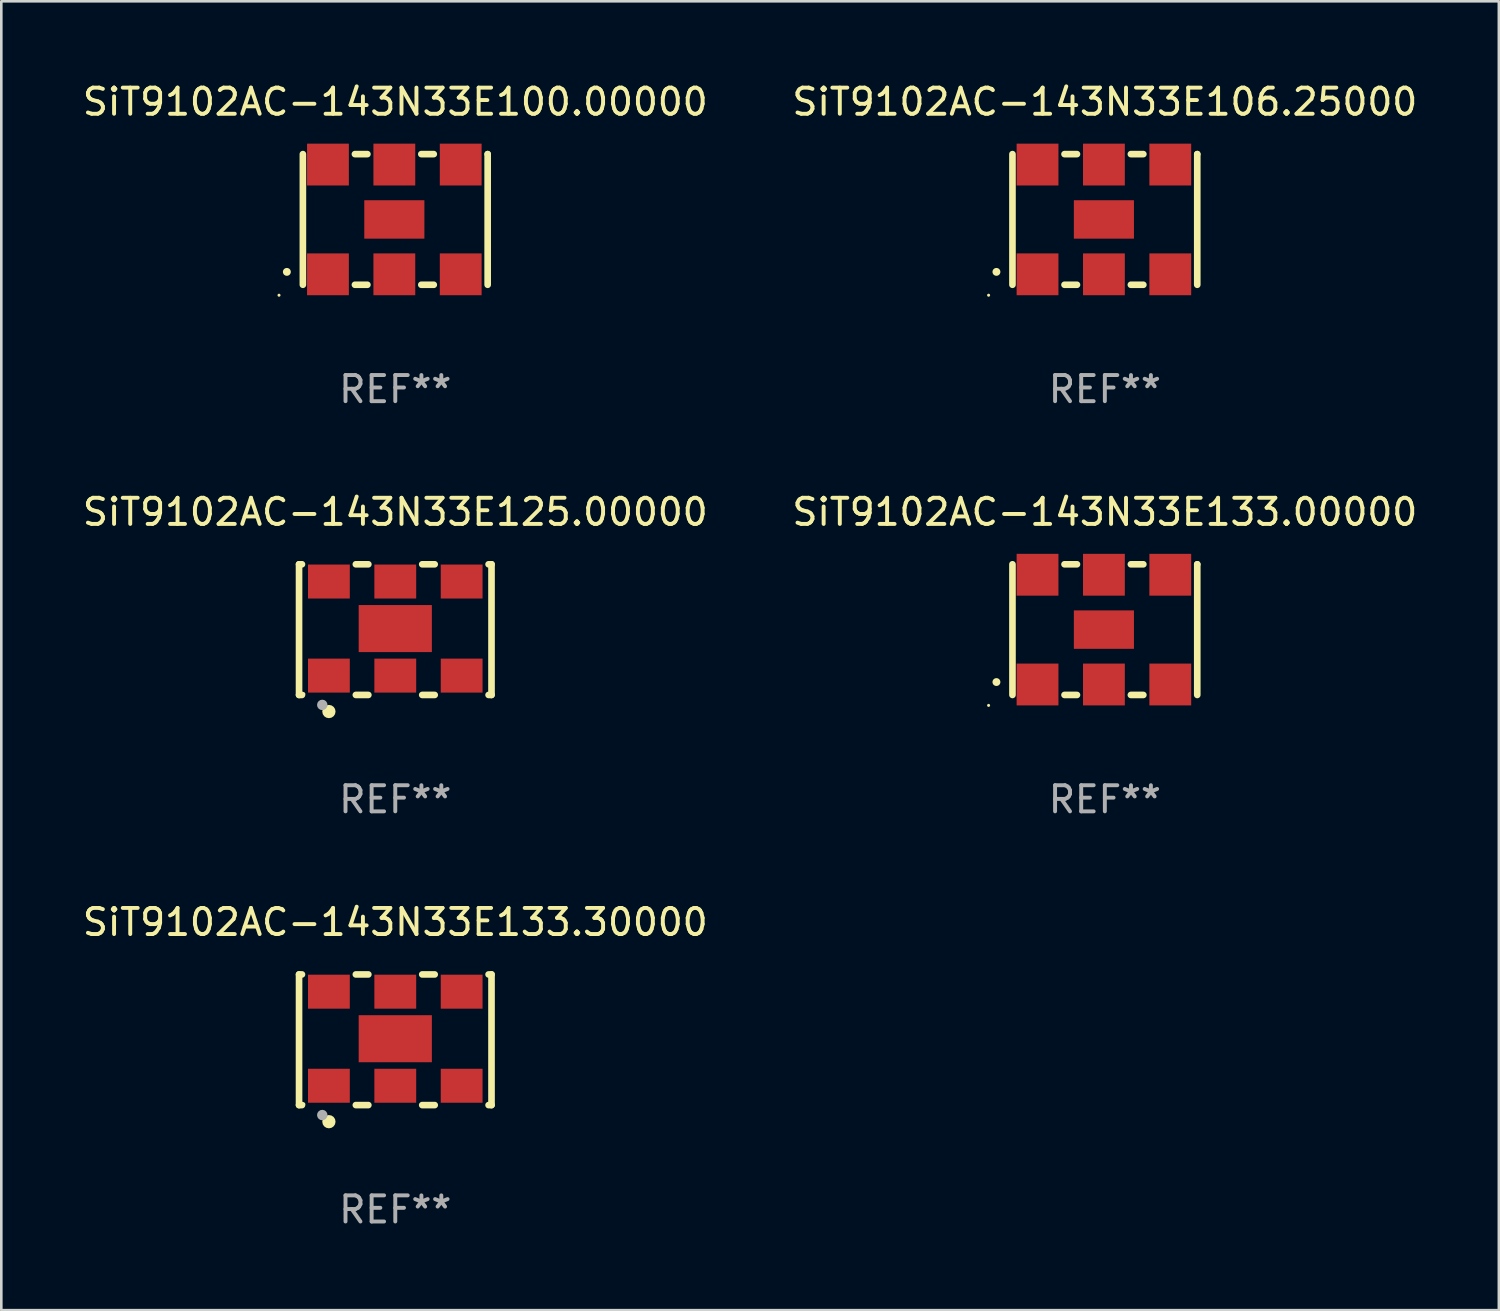
<source format=kicad_pcb>
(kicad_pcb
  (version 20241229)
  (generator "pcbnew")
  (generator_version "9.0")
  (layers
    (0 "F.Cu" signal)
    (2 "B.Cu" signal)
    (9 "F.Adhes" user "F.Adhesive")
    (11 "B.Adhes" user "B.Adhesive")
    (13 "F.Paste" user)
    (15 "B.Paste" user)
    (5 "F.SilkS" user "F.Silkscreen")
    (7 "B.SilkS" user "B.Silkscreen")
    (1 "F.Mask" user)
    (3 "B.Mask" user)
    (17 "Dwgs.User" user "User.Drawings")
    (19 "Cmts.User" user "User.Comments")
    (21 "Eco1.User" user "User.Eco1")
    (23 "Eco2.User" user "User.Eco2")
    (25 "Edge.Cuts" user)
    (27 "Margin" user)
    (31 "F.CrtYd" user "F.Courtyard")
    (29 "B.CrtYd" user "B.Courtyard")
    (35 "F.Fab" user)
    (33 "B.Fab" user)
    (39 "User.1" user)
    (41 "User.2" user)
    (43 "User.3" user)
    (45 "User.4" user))
  (footprint "SiT9102AC-143N33E133.00000"
    (layer "F.Cu")
    (at 39.232 21.045)
    (property "Reference" "SiT9102AC-143N33E133.00000" (at 0 -4.5 0) (layer "F.SilkS") (effects (font (size 1 1) (thickness 0.15))))
    (attr through_hole)
    (fp_line (start -3.536 -2.5) (end -3.536 2.5) (stroke (width 0.254) (type solid)) (layer "F.SilkS"))
    (fp_line (start -1.544 2.5) (end -1.067 2.5) (stroke (width 0.254) (type solid)) (layer "F.SilkS"))
    (fp_line (start -1.067 -2.5) (end -1.544 -2.5) (stroke (width 0.254) (type solid)) (layer "F.SilkS"))
    (fp_line (start 0.996 2.5) (end 1.473 2.5) (stroke (width 0.254) (type solid)) (layer "F.SilkS"))
    (fp_line (start 1.473 -2.5) (end 0.996 -2.5) (stroke (width 0.254) (type solid)) (layer "F.SilkS"))
    (fp_line (start 3.536 -2.5) (end 3.536 -2.5) (stroke (width 0.254) (type solid)) (layer "F.SilkS"))
    (fp_line (start 3.536 2.5) (end 3.536 -2.5) (stroke (width 0.254) (type solid)) (layer "F.SilkS"))
    (fp_arc (start -4.150432 2.006604) (mid -4.149162 2.006599) (end -4.147892 2.006604) (stroke (width 0.3) (type solid)) (layer "F.SilkS"))
    (fp_circle (center -4.449 2.9) (end -4.419 2.9) (stroke (width 0.06) (type solid)) (fill no) (layer "F.SilkS"))
    (fp_text user "REF**" (at 0 6.5 0) (layer "F.Fab") (effects (font (size 1 1) (thickness 0.15))))
    (pad "1" smd rect (at -2.576 2.1) (size 1.6 1.6) (layers "F.Cu" "F.Mask" "F.Paste"))
    (pad "2" smd rect (at -0.036 2.1) (size 1.6 1.6) (layers "F.Cu" "F.Mask" "F.Paste"))
    (pad "3" smd rect (at 2.504 2.1) (size 1.6 1.6) (layers "F.Cu" "F.Mask" "F.Paste"))
    (pad "4" smd rect (at 2.504 -2.1) (size 1.6 1.6) (layers "F.Cu" "F.Mask" "F.Paste"))
    (pad "5" smd rect (at -0.036 -2.1) (size 1.6 1.6) (layers "F.Cu" "F.Mask" "F.Paste"))
    (pad "6" smd rect (at -2.576 -2.1) (size 1.6 1.6) (layers "F.Cu" "F.Mask" "F.Paste"))
    (pad "7" smd rect (at -0.036 0) (size 2.3 1.47) (layers "F.Cu" "F.Mask" "F.Paste")))
  (footprint "SiT9102AC-143N33E106.25000"
    (layer "F.Cu")
    (at 39.232 5.348)
    (property "Reference" "SiT9102AC-143N33E106.25000" (at 0 -4.5 0) (layer "F.SilkS") (effects (font (size 1 1) (thickness 0.15))))
    (attr through_hole)
    (fp_line (start -3.536 -2.5) (end -3.536 2.5) (stroke (width 0.254) (type solid)) (layer "F.SilkS"))
    (fp_line (start -1.544 2.5) (end -1.067 2.5) (stroke (width 0.254) (type solid)) (layer "F.SilkS"))
    (fp_line (start -1.067 -2.5) (end -1.544 -2.5) (stroke (width 0.254) (type solid)) (layer "F.SilkS"))
    (fp_line (start 0.996 2.5) (end 1.473 2.5) (stroke (width 0.254) (type solid)) (layer "F.SilkS"))
    (fp_line (start 1.473 -2.5) (end 0.996 -2.5) (stroke (width 0.254) (type solid)) (layer "F.SilkS"))
    (fp_line (start 3.536 -2.5) (end 3.536 -2.5) (stroke (width 0.254) (type solid)) (layer "F.SilkS"))
    (fp_line (start 3.536 2.5) (end 3.536 -2.5) (stroke (width 0.254) (type solid)) (layer "F.SilkS"))
    (fp_arc (start -4.150432 2.006604) (mid -4.149162 2.006599) (end -4.147892 2.006604) (stroke (width 0.3) (type solid)) (layer "F.SilkS"))
    (fp_circle (center -4.449 2.9) (end -4.419 2.9) (stroke (width 0.06) (type solid)) (fill no) (layer "F.SilkS"))
    (fp_text user "REF**" (at 0 6.5 0) (layer "F.Fab") (effects (font (size 1 1) (thickness 0.15))))
    (pad "1" smd rect (at -2.576 2.1) (size 1.6 1.6) (layers "F.Cu" "F.Mask" "F.Paste"))
    (pad "2" smd rect (at -0.036 2.1) (size 1.6 1.6) (layers "F.Cu" "F.Mask" "F.Paste"))
    (pad "3" smd rect (at 2.504 2.1) (size 1.6 1.6) (layers "F.Cu" "F.Mask" "F.Paste"))
    (pad "4" smd rect (at 2.504 -2.1) (size 1.6 1.6) (layers "F.Cu" "F.Mask" "F.Paste"))
    (pad "5" smd rect (at -0.036 -2.1) (size 1.6 1.6) (layers "F.Cu" "F.Mask" "F.Paste"))
    (pad "6" smd rect (at -2.576 -2.1) (size 1.6 1.6) (layers "F.Cu" "F.Mask" "F.Paste"))
    (pad "7" smd rect (at -0.036 0) (size 2.3 1.47) (layers "F.Cu" "F.Mask" "F.Paste")))
  (footprint "SiT9102AC-143N33E100.00000"
    (layer "F.Cu")
    (at 12.077 5.348)
    (property "Reference" "SiT9102AC-143N33E100.00000" (at 0 -4.5 0) (layer "F.SilkS") (effects (font (size 1 1) (thickness 0.15))))
    (attr through_hole)
    (fp_line (start -3.536 -2.5) (end -3.536 2.5) (stroke (width 0.254) (type solid)) (layer "F.SilkS"))
    (fp_line (start -1.544 2.5) (end -1.067 2.5) (stroke (width 0.254) (type solid)) (layer "F.SilkS"))
    (fp_line (start -1.067 -2.5) (end -1.544 -2.5) (stroke (width 0.254) (type solid)) (layer "F.SilkS"))
    (fp_line (start 0.996 2.5) (end 1.473 2.5) (stroke (width 0.254) (type solid)) (layer "F.SilkS"))
    (fp_line (start 1.473 -2.5) (end 0.996 -2.5) (stroke (width 0.254) (type solid)) (layer "F.SilkS"))
    (fp_line (start 3.536 -2.5) (end 3.536 -2.5) (stroke (width 0.254) (type solid)) (layer "F.SilkS"))
    (fp_line (start 3.536 2.5) (end 3.536 -2.5) (stroke (width 0.254) (type solid)) (layer "F.SilkS"))
    (fp_arc (start -4.150432 2.006604) (mid -4.149162 2.006599) (end -4.147892 2.006604) (stroke (width 0.3) (type solid)) (layer "F.SilkS"))
    (fp_circle (center -4.449 2.9) (end -4.419 2.9) (stroke (width 0.06) (type solid)) (fill no) (layer "F.SilkS"))
    (fp_text user "REF**" (at 0 6.5 0) (layer "F.Fab") (effects (font (size 1 1) (thickness 0.15))))
    (pad "1" smd rect (at -2.576 2.1) (size 1.6 1.6) (layers "F.Cu" "F.Mask" "F.Paste"))
    (pad "2" smd rect (at -0.036 2.1) (size 1.6 1.6) (layers "F.Cu" "F.Mask" "F.Paste"))
    (pad "3" smd rect (at 2.504 2.1) (size 1.6 1.6) (layers "F.Cu" "F.Mask" "F.Paste"))
    (pad "4" smd rect (at 2.504 -2.1) (size 1.6 1.6) (layers "F.Cu" "F.Mask" "F.Paste"))
    (pad "5" smd rect (at -0.036 -2.1) (size 1.6 1.6) (layers "F.Cu" "F.Mask" "F.Paste"))
    (pad "6" smd rect (at -2.576 -2.1) (size 1.6 1.6) (layers "F.Cu" "F.Mask" "F.Paste"))
    (pad "7" smd rect (at -0.036 0) (size 2.3 1.47) (layers "F.Cu" "F.Mask" "F.Paste")))
  (footprint "SiT9102AC-143N33E125.00000"
    (layer "F.Cu")
    (at 12.077 21.045)
    (property "Reference" "SiT9102AC-143N33E125.00000" (at 0 -4.5 0) (layer "F.SilkS") (effects (font (size 1 1) (thickness 0.15))))
    (attr through_hole)
    (fp_line (start -3.683 -2.5) (end -3.571 -2.5) (stroke (width 0.254) (type solid)) (layer "F.SilkS"))
    (fp_line (start -3.683 2.5) (end -3.683 -2.5) (stroke (width 0.254) (type solid)) (layer "F.SilkS"))
    (fp_line (start -3.683 2.5) (end -3.571 2.5) (stroke (width 0.254) (type solid)) (layer "F.SilkS"))
    (fp_line (start -1.509 -2.5) (end -1.031 -2.5) (stroke (width 0.254) (type solid)) (layer "F.SilkS"))
    (fp_line (start -1.509 2.5) (end -1.031 2.5) (stroke (width 0.254) (type solid)) (layer "F.SilkS"))
    (fp_line (start 1.031 -2.5) (end 1.509 -2.5) (stroke (width 0.254) (type solid)) (layer "F.SilkS"))
    (fp_line (start 1.031 2.5) (end 1.509 2.5) (stroke (width 0.254) (type solid)) (layer "F.SilkS"))
    (fp_line (start 3.571 -2.5) (end 3.683 -2.5) (stroke (width 0.254) (type solid)) (layer "F.SilkS"))
    (fp_line (start 3.571 2.5) (end 3.683 2.5) (stroke (width 0.254) (type solid)) (layer "F.SilkS"))
    (fp_line (start 3.683 2.5) (end 3.683 -2.5) (stroke (width 0.254) (type solid)) (layer "F.SilkS"))
    (fp_circle (center -3.5 2.46) (end -3.47 2.46) (stroke (width 0.06) (type solid)) (fill no) (layer "F.SilkS"))
    (fp_circle (center -2.54 3.135) (end -2.413 3.135) (stroke (width 0.254) (type solid)) (fill no) (layer "F.SilkS"))
    (fp_circle (center -2.794 2.881) (end -2.694 2.881) (stroke (width 0.2) (type solid)) (fill no) (layer "F.Fab"))
    (fp_text user "REF**" (at 0 6.5 0) (layer "F.Fab") (effects (font (size 1 1) (thickness 0.15))))
    (pad "1" smd rect (at -2.54 1.76) (size 1.6 1.3) (layers "F.Cu" "F.Mask" "F.Paste"))
    (pad "2" smd rect (at 0 1.76) (size 1.6 1.3) (layers "F.Cu" "F.Mask" "F.Paste"))
    (pad "3" smd rect (at 2.54 1.76) (size 1.6 1.3) (layers "F.Cu" "F.Mask" "F.Paste"))
    (pad "4" smd rect (at 2.54 -1.84) (size 1.6 1.3) (layers "F.Cu" "F.Mask" "F.Paste"))
    (pad "5" smd rect (at 0 -1.84) (size 1.6 1.3) (layers "F.Cu" "F.Mask" "F.Paste"))
    (pad "6" smd rect (at -2.54 -1.84) (size 1.6 1.3) (layers "F.Cu" "F.Mask" "F.Paste"))
    (pad "7" smd rect (at 0 -0.04) (size 2.8 1.8) (layers "F.Cu" "F.Mask" "F.Paste")))
  (footprint "SiT9102AC-143N33E133.30000"
    (layer "F.Cu")
    (at 12.077 36.741)
    (property "Reference" "SiT9102AC-143N33E133.30000" (at 0 -4.5 0) (layer "F.SilkS") (effects (font (size 1 1) (thickness 0.15))))
    (attr through_hole)
    (fp_line (start -3.683 -2.5) (end -3.571 -2.5) (stroke (width 0.254) (type solid)) (layer "F.SilkS"))
    (fp_line (start -3.683 2.5) (end -3.683 -2.5) (stroke (width 0.254) (type solid)) (layer "F.SilkS"))
    (fp_line (start -3.683 2.5) (end -3.571 2.5) (stroke (width 0.254) (type solid)) (layer "F.SilkS"))
    (fp_line (start -1.509 -2.5) (end -1.031 -2.5) (stroke (width 0.254) (type solid)) (layer "F.SilkS"))
    (fp_line (start -1.509 2.5) (end -1.031 2.5) (stroke (width 0.254) (type solid)) (layer "F.SilkS"))
    (fp_line (start 1.031 -2.5) (end 1.509 -2.5) (stroke (width 0.254) (type solid)) (layer "F.SilkS"))
    (fp_line (start 1.031 2.5) (end 1.509 2.5) (stroke (width 0.254) (type solid)) (layer "F.SilkS"))
    (fp_line (start 3.571 -2.5) (end 3.683 -2.5) (stroke (width 0.254) (type solid)) (layer "F.SilkS"))
    (fp_line (start 3.571 2.5) (end 3.683 2.5) (stroke (width 0.254) (type solid)) (layer "F.SilkS"))
    (fp_line (start 3.683 2.5) (end 3.683 -2.5) (stroke (width 0.254) (type solid)) (layer "F.SilkS"))
    (fp_circle (center -3.5 2.46) (end -3.47 2.46) (stroke (width 0.06) (type solid)) (fill no) (layer "F.SilkS"))
    (fp_circle (center -2.54 3.135) (end -2.413 3.135) (stroke (width 0.254) (type solid)) (fill no) (layer "F.SilkS"))
    (fp_circle (center -2.794 2.881) (end -2.694 2.881) (stroke (width 0.2) (type solid)) (fill no) (layer "F.Fab"))
    (fp_text user "REF**" (at 0 6.5 0) (layer "F.Fab") (effects (font (size 1 1) (thickness 0.15))))
    (pad "1" smd rect (at -2.54 1.76) (size 1.6 1.3) (layers "F.Cu" "F.Mask" "F.Paste"))
    (pad "2" smd rect (at 0 1.76) (size 1.6 1.3) (layers "F.Cu" "F.Mask" "F.Paste"))
    (pad "3" smd rect (at 2.54 1.76) (size 1.6 1.3) (layers "F.Cu" "F.Mask" "F.Paste"))
    (pad "4" smd rect (at 2.54 -1.84) (size 1.6 1.3) (layers "F.Cu" "F.Mask" "F.Paste"))
    (pad "5" smd rect (at 0 -1.84) (size 1.6 1.3) (layers "F.Cu" "F.Mask" "F.Paste"))
    (pad "6" smd rect (at -2.54 -1.84) (size 1.6 1.3) (layers "F.Cu" "F.Mask" "F.Paste"))
    (pad "7" smd rect (at 0 -0.04) (size 2.8 1.8) (layers "F.Cu" "F.Mask" "F.Paste")))
  (gr_rect
    (start -3 -3)
    (end 54.31 47.09)
    (stroke (width 0.1) (type default))
    (fill no)
    (layer "Edge.Cuts")))
</source>
